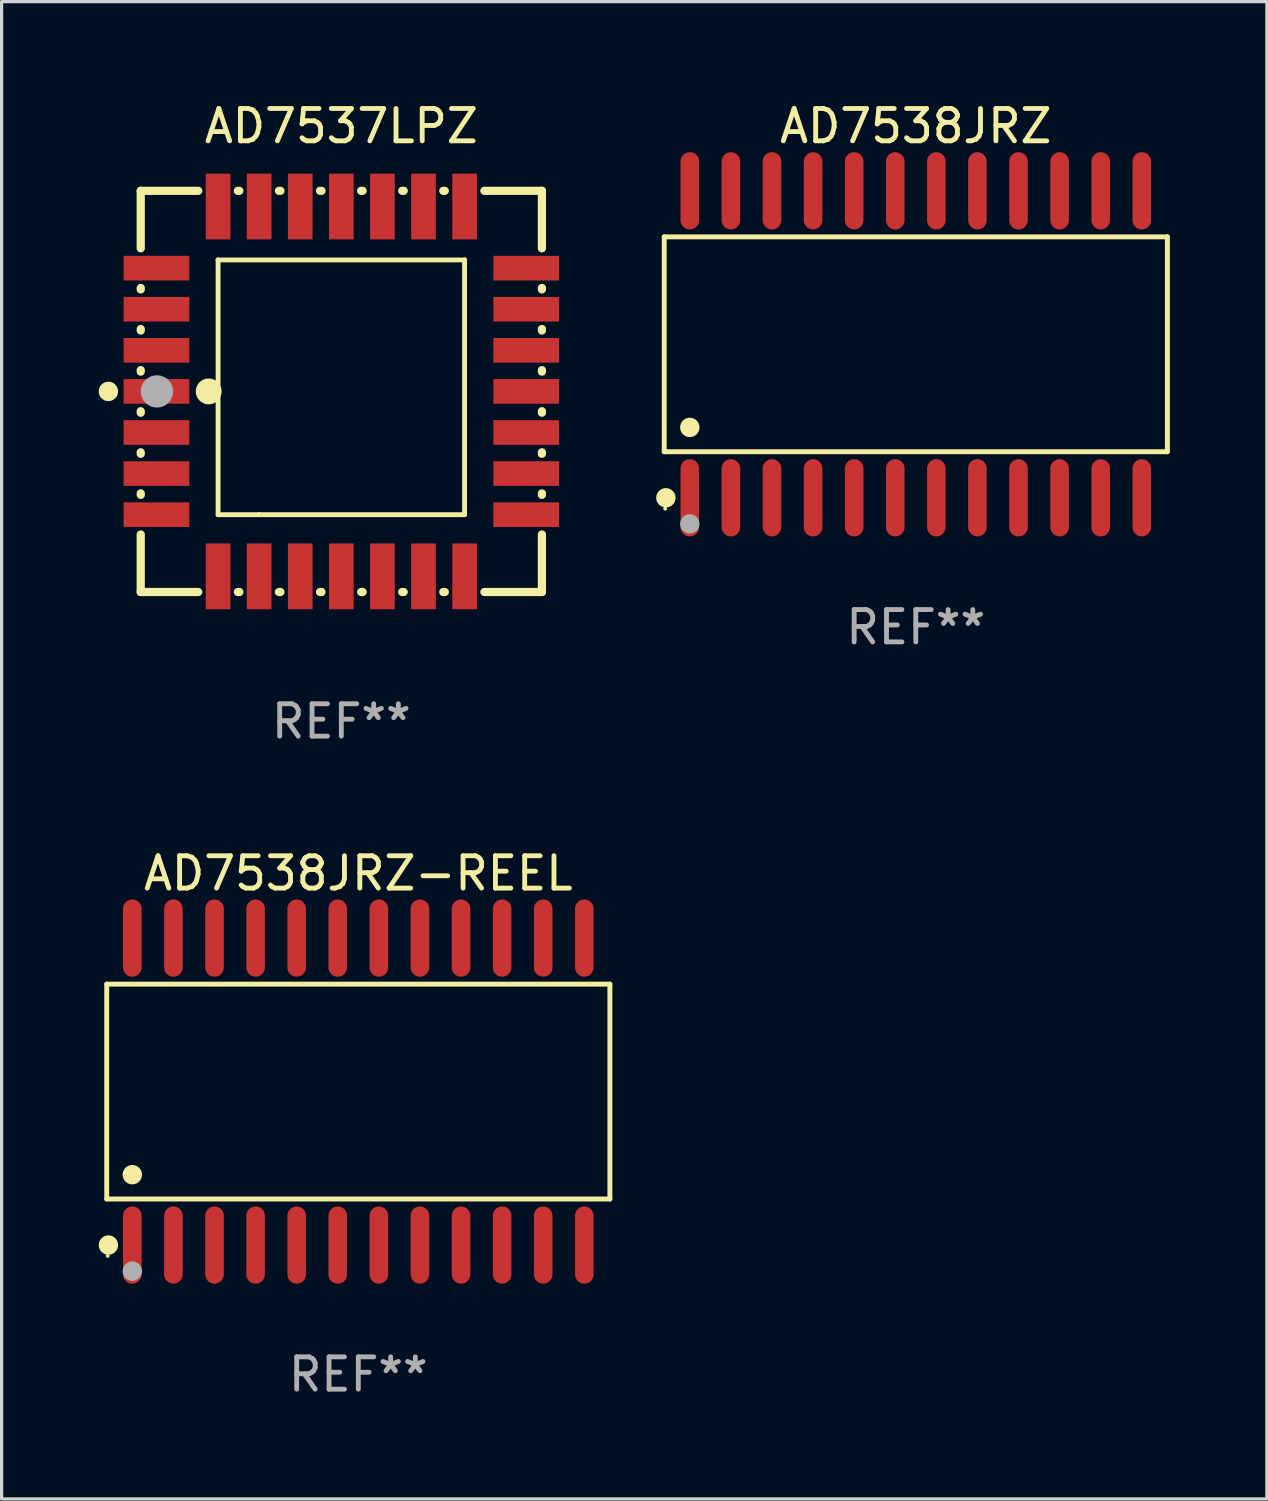
<source format=kicad_pcb>
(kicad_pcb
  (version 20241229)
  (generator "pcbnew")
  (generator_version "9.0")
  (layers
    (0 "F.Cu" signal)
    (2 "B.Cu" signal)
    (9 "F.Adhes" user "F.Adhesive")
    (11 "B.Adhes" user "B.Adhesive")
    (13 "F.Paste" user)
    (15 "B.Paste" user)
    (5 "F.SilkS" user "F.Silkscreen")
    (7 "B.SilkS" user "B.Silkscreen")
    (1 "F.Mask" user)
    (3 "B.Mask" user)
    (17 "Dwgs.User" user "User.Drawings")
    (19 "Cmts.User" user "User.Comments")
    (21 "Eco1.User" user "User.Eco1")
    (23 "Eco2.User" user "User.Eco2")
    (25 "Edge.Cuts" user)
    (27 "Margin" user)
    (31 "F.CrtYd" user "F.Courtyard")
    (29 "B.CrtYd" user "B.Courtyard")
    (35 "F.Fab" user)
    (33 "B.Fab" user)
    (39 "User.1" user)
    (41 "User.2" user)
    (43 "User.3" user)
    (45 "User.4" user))
  (footprint "AD7537LPZ"
    (layer "F.Cu")
    (at 7.5 9.048)
    (property "Reference" "AD7537LPZ" (at 0 -8.2 0) (layer "F.SilkS") (effects (font (size 1 1) (thickness 0.15))))
    (attr through_hole)
    (fp_line (start -6.2 -6.2) (end -4.422 -6.2) (stroke (width 0.254) (type solid)) (layer "F.SilkS"))
    (fp_line (start -6.2 -4.422) (end -6.2 -6.2) (stroke (width 0.254) (type solid)) (layer "F.SilkS"))
    (fp_line (start -6.2 -3.152) (end -6.2 -3.198) (stroke (width 0.254) (type solid)) (layer "F.SilkS"))
    (fp_line (start -6.2 -1.882) (end -6.2 -1.928) (stroke (width 0.254) (type solid)) (layer "F.SilkS"))
    (fp_line (start -6.2 -0.612) (end -6.2 -0.658) (stroke (width 0.254) (type solid)) (layer "F.SilkS"))
    (fp_line (start -6.2 0.658) (end -6.2 0.612) (stroke (width 0.254) (type solid)) (layer "F.SilkS"))
    (fp_line (start -6.2 1.928) (end -6.2 1.882) (stroke (width 0.254) (type solid)) (layer "F.SilkS"))
    (fp_line (start -6.2 3.198) (end -6.2 3.152) (stroke (width 0.254) (type solid)) (layer "F.SilkS"))
    (fp_line (start -6.2 6.2) (end -6.2 4.422) (stroke (width 0.254) (type solid)) (layer "F.SilkS"))
    (fp_line (start -4.422 6.2) (end -6.2 6.2) (stroke (width 0.254) (type solid)) (layer "F.SilkS"))
    (fp_line (start -3.81 -4.064) (end 3.81 -4.064) (stroke (width 0.15) (type solid)) (layer "F.SilkS"))
    (fp_line (start -3.81 3.81) (end -3.81 -4.064) (stroke (width 0.15) (type solid)) (layer "F.SilkS"))
    (fp_line (start -3.198 -6.2) (end -3.152 -6.2) (stroke (width 0.254) (type solid)) (layer "F.SilkS"))
    (fp_line (start -3.152 6.2) (end -3.198 6.2) (stroke (width 0.254) (type solid)) (layer "F.SilkS"))
    (fp_line (start -2.54 3.81) (end -3.81 3.81) (stroke (width 0.15) (type solid)) (layer "F.SilkS"))
    (fp_line (start -1.928 -6.2) (end -1.882 -6.2) (stroke (width 0.254) (type solid)) (layer "F.SilkS"))
    (fp_line (start -1.882 6.2) (end -1.928 6.2) (stroke (width 0.254) (type solid)) (layer "F.SilkS"))
    (fp_line (start -0.658 -6.2) (end -0.612 -6.2) (stroke (width 0.254) (type solid)) (layer "F.SilkS"))
    (fp_line (start -0.612 6.2) (end -0.658 6.2) (stroke (width 0.254) (type solid)) (layer "F.SilkS"))
    (fp_line (start 0.612 -6.2) (end 0.658 -6.2) (stroke (width 0.254) (type solid)) (layer "F.SilkS"))
    (fp_line (start 0.658 6.2) (end 0.612 6.2) (stroke (width 0.254) (type solid)) (layer "F.SilkS"))
    (fp_line (start 1.882 -6.2) (end 1.928 -6.2) (stroke (width 0.254) (type solid)) (layer "F.SilkS"))
    (fp_line (start 1.928 6.2) (end 1.882 6.2) (stroke (width 0.254) (type solid)) (layer "F.SilkS"))
    (fp_line (start 3.152 -6.2) (end 3.198 -6.2) (stroke (width 0.254) (type solid)) (layer "F.SilkS"))
    (fp_line (start 3.198 6.2) (end 3.152 6.2) (stroke (width 0.254) (type solid)) (layer "F.SilkS"))
    (fp_line (start 3.81 -4.064) (end 3.81 3.81) (stroke (width 0.15) (type solid)) (layer "F.SilkS"))
    (fp_line (start 3.81 3.81) (end -2.54 3.81) (stroke (width 0.15) (type solid)) (layer "F.SilkS"))
    (fp_line (start 4.422 -6.2) (end 6.2 -6.2) (stroke (width 0.254) (type solid)) (layer "F.SilkS"))
    (fp_line (start 6.2 -6.2) (end 6.2 -4.422) (stroke (width 0.254) (type solid)) (layer "F.SilkS"))
    (fp_line (start 6.2 -3.198) (end 6.2 -3.152) (stroke (width 0.254) (type solid)) (layer "F.SilkS"))
    (fp_line (start 6.2 -1.928) (end 6.2 -1.882) (stroke (width 0.254) (type solid)) (layer "F.SilkS"))
    (fp_line (start 6.2 -0.658) (end 6.2 -0.612) (stroke (width 0.254) (type solid)) (layer "F.SilkS"))
    (fp_line (start 6.2 0.612) (end 6.2 0.658) (stroke (width 0.254) (type solid)) (layer "F.SilkS"))
    (fp_line (start 6.2 1.882) (end 6.2 1.928) (stroke (width 0.254) (type solid)) (layer "F.SilkS"))
    (fp_line (start 6.2 3.152) (end 6.2 3.198) (stroke (width 0.254) (type solid)) (layer "F.SilkS"))
    (fp_line (start 6.2 4.422) (end 6.2 6.2) (stroke (width 0.254) (type solid)) (layer "F.SilkS"))
    (fp_line (start 6.2 6.2) (end 4.422 6.2) (stroke (width 0.254) (type solid)) (layer "F.SilkS"))
    (fp_circle (center -7.2 0) (end -7.05 0) (stroke (width 0.3) (type solid)) (fill no) (layer "F.SilkS"))
    (fp_circle (center -6.223 6.223) (end -6.193 6.223) (stroke (width 0.06) (type solid)) (fill no) (layer "F.SilkS"))
    (fp_circle (center -4.1 0) (end -3.9 0) (stroke (width 0.4) (type solid)) (fill no) (layer "F.SilkS"))
    (fp_circle (center -5.7 0) (end -5.45 0) (stroke (width 0.5) (type solid)) (fill no) (layer "F.Fab"))
    (fp_text user "REF**" (at 0 10.2 0) (layer "F.Fab") (effects (font (size 1 1) (thickness 0.15))))
    (pad "1" smd rect (at -5.715 0) (size 2.032 0.762) (layers "F.Cu" "F.Mask" "F.Paste"))
    (pad "2" smd rect (at -5.715 1.27) (size 2.032 0.762) (layers "F.Cu" "F.Mask" "F.Paste"))
    (pad "3" smd rect (at -5.715 2.54) (size 2.032 0.762) (layers "F.Cu" "F.Mask" "F.Paste"))
    (pad "4" smd rect (at -5.715 3.81) (size 2.032 0.762) (layers "F.Cu" "F.Mask" "F.Paste"))
    (pad "5" smd rect (at -3.81 5.715) (size 0.762 2.032) (layers "F.Cu" "F.Mask" "F.Paste"))
    (pad "6" smd rect (at -2.54 5.715) (size 0.762 2.032) (layers "F.Cu" "F.Mask" "F.Paste"))
    (pad "7" smd rect (at -1.27 5.715) (size 0.762 2.032) (layers "F.Cu" "F.Mask" "F.Paste"))
    (pad "8" smd rect (at 0 5.715) (size 0.762 2.032) (layers "F.Cu" "F.Mask" "F.Paste"))
    (pad "9" smd rect (at 1.27 5.715) (size 0.762 2.032) (layers "F.Cu" "F.Mask" "F.Paste"))
    (pad "10" smd rect (at 2.54 5.715) (size 0.762 2.032) (layers "F.Cu" "F.Mask" "F.Paste"))
    (pad "11" smd rect (at 3.81 5.715) (size 0.762 2.032) (layers "F.Cu" "F.Mask" "F.Paste"))
    (pad "12" smd rect (at 5.715 3.81) (size 2.032 0.762) (layers "F.Cu" "F.Mask" "F.Paste"))
    (pad "13" smd rect (at 5.715 2.54) (size 2.032 0.762) (layers "F.Cu" "F.Mask" "F.Paste"))
    (pad "14" smd rect (at 5.715 1.27) (size 2.032 0.762) (layers "F.Cu" "F.Mask" "F.Paste"))
    (pad "15" smd rect (at 5.715 0) (size 2.032 0.762) (layers "F.Cu" "F.Mask" "F.Paste"))
    (pad "16" smd rect (at 5.715 -1.27) (size 2.032 0.762) (layers "F.Cu" "F.Mask" "F.Paste"))
    (pad "17" smd rect (at 5.715 -2.54) (size 2.032 0.762) (layers "F.Cu" "F.Mask" "F.Paste"))
    (pad "18" smd rect (at 5.715 -3.81) (size 2.032 0.762) (layers "F.Cu" "F.Mask" "F.Paste"))
    (pad "19" smd rect (at 3.81 -5.715) (size 0.762 2.032) (layers "F.Cu" "F.Mask" "F.Paste"))
    (pad "20" smd rect (at 2.54 -5.715) (size 0.762 2.032) (layers "F.Cu" "F.Mask" "F.Paste"))
    (pad "21" smd rect (at 1.27 -5.715) (size 0.762 2.032) (layers "F.Cu" "F.Mask" "F.Paste"))
    (pad "22" smd rect (at 0 -5.715) (size 0.762 2.032) (layers "F.Cu" "F.Mask" "F.Paste"))
    (pad "23" smd rect (at -1.27 -5.715) (size 0.762 2.032) (layers "F.Cu" "F.Mask" "F.Paste"))
    (pad "24" smd rect (at -2.54 -5.715) (size 0.762 2.032) (layers "F.Cu" "F.Mask" "F.Paste"))
    (pad "25" smd rect (at -3.81 -5.715) (size 0.762 2.032) (layers "F.Cu" "F.Mask" "F.Paste"))
    (pad "26" smd rect (at -5.715 -3.81) (size 2.032 0.762) (layers "F.Cu" "F.Mask" "F.Paste"))
    (pad "27" smd rect (at -5.715 -2.54) (size 2.032 0.762) (layers "F.Cu" "F.Mask" "F.Paste"))
    (pad "28" smd rect (at -5.715 -1.27) (size 2.032 0.762) (layers "F.Cu" "F.Mask" "F.Paste")))
  (footprint "AD7538JRZ"
    (layer "F.Cu")
    (at 25.256 7.592)
    (property "Reference" "AD7538JRZ" (at 0 -6.744 0) (layer "F.SilkS") (effects (font (size 1 1) (thickness 0.15))))
    (attr through_hole)
    (fp_line (start -7.776 -3.321) (end 7.776 -3.321) (stroke (width 0.152) (type solid)) (layer "F.SilkS"))
    (fp_line (start -7.776 3.321) (end -7.776 -3.321) (stroke (width 0.152) (type solid)) (layer "F.SilkS"))
    (fp_line (start 7.776 -3.321) (end 7.776 3.321) (stroke (width 0.152) (type solid)) (layer "F.SilkS"))
    (fp_line (start 7.776 3.321) (end -7.776 3.321) (stroke (width 0.152) (type solid)) (layer "F.SilkS"))
    (fp_circle (center -7.747 5.08) (end -7.717 5.08) (stroke (width 0.06) (type solid)) (fill no) (layer "F.SilkS"))
    (fp_circle (center -7.724 4.744) (end -7.574 4.744) (stroke (width 0.3) (type solid)) (fill no) (layer "F.SilkS"))
    (fp_circle (center -6.985 2.569) (end -6.835 2.569) (stroke (width 0.3) (type solid)) (fill no) (layer "F.SilkS"))
    (fp_circle (center -6.985 5.55) (end -6.835 5.55) (stroke (width 0.3) (type solid)) (fill no) (layer "F.Fab"))
    (fp_text user "REF**" (at 0 8.744 0) (layer "F.Fab") (effects (font (size 1 1) (thickness 0.15))))
    (pad "1" smd oval (at -6.985 4.744) (size 0.574 2.388) (layers "F.Cu" "F.Mask" "F.Paste"))
    (pad "2" smd oval (at -5.715 4.744) (size 0.574 2.388) (layers "F.Cu" "F.Mask" "F.Paste"))
    (pad "3" smd oval (at -4.445 4.744) (size 0.574 2.388) (layers "F.Cu" "F.Mask" "F.Paste"))
    (pad "4" smd oval (at -3.175 4.744) (size 0.574 2.388) (layers "F.Cu" "F.Mask" "F.Paste"))
    (pad "5" smd oval (at -1.905 4.744) (size 0.574 2.388) (layers "F.Cu" "F.Mask" "F.Paste"))
    (pad "6" smd oval (at -0.635 4.744) (size 0.574 2.388) (layers "F.Cu" "F.Mask" "F.Paste"))
    (pad "7" smd oval (at 0.635 4.744) (size 0.574 2.388) (layers "F.Cu" "F.Mask" "F.Paste"))
    (pad "8" smd oval (at 1.905 4.744) (size 0.574 2.388) (layers "F.Cu" "F.Mask" "F.Paste"))
    (pad "9" smd oval (at 3.175 4.744) (size 0.574 2.388) (layers "F.Cu" "F.Mask" "F.Paste"))
    (pad "10" smd oval (at 4.445 4.744) (size 0.574 2.388) (layers "F.Cu" "F.Mask" "F.Paste"))
    (pad "11" smd oval (at 5.715 4.744) (size 0.574 2.388) (layers "F.Cu" "F.Mask" "F.Paste"))
    (pad "12" smd oval (at 6.985 4.744) (size 0.574 2.388) (layers "F.Cu" "F.Mask" "F.Paste"))
    (pad "13" smd oval (at 6.985 -4.744) (size 0.574 2.388) (layers "F.Cu" "F.Mask" "F.Paste"))
    (pad "14" smd oval (at 5.715 -4.744) (size 0.574 2.388) (layers "F.Cu" "F.Mask" "F.Paste"))
    (pad "15" smd oval (at 4.445 -4.744) (size 0.574 2.388) (layers "F.Cu" "F.Mask" "F.Paste"))
    (pad "16" smd oval (at 3.175 -4.744) (size 0.574 2.388) (layers "F.Cu" "F.Mask" "F.Paste"))
    (pad "17" smd oval (at 1.905 -4.744) (size 0.574 2.388) (layers "F.Cu" "F.Mask" "F.Paste"))
    (pad "18" smd oval (at 0.635 -4.744) (size 0.574 2.388) (layers "F.Cu" "F.Mask" "F.Paste"))
    (pad "19" smd oval (at -0.635 -4.744) (size 0.574 2.388) (layers "F.Cu" "F.Mask" "F.Paste"))
    (pad "20" smd oval (at -1.905 -4.744) (size 0.574 2.388) (layers "F.Cu" "F.Mask" "F.Paste"))
    (pad "21" smd oval (at -3.175 -4.744) (size 0.574 2.388) (layers "F.Cu" "F.Mask" "F.Paste"))
    (pad "22" smd oval (at -4.445 -4.744) (size 0.574 2.388) (layers "F.Cu" "F.Mask" "F.Paste"))
    (pad "23" smd oval (at -5.715 -4.744) (size 0.574 2.388) (layers "F.Cu" "F.Mask" "F.Paste"))
    (pad "24" smd oval (at -6.985 -4.744) (size 0.574 2.388) (layers "F.Cu" "F.Mask" "F.Paste")))
  (footprint "AD7538JRZ-REEL"
    (layer "F.Cu")
    (at 8.025 30.689)
    (property "Reference" "AD7538JRZ-REEL" (at 0 -6.744 0) (layer "F.SilkS") (effects (font (size 1 1) (thickness 0.15))))
    (attr through_hole)
    (fp_line (start -7.776 -3.321) (end 7.776 -3.321) (stroke (width 0.152) (type solid)) (layer "F.SilkS"))
    (fp_line (start -7.776 3.321) (end -7.776 -3.321) (stroke (width 0.152) (type solid)) (layer "F.SilkS"))
    (fp_line (start 7.776 -3.321) (end 7.776 3.321) (stroke (width 0.152) (type solid)) (layer "F.SilkS"))
    (fp_line (start 7.776 3.321) (end -7.776 3.321) (stroke (width 0.152) (type solid)) (layer "F.SilkS"))
    (fp_circle (center -7.747 5.08) (end -7.717 5.08) (stroke (width 0.06) (type solid)) (fill no) (layer "F.SilkS"))
    (fp_circle (center -7.724 4.744) (end -7.574 4.744) (stroke (width 0.3) (type solid)) (fill no) (layer "F.SilkS"))
    (fp_circle (center -6.985 2.569) (end -6.835 2.569) (stroke (width 0.3) (type solid)) (fill no) (layer "F.SilkS"))
    (fp_circle (center -6.985 5.55) (end -6.835 5.55) (stroke (width 0.3) (type solid)) (fill no) (layer "F.Fab"))
    (fp_text user "REF**" (at 0 8.744 0) (layer "F.Fab") (effects (font (size 1 1) (thickness 0.15))))
    (pad "1" smd oval (at -6.985 4.744) (size 0.574 2.388) (layers "F.Cu" "F.Mask" "F.Paste"))
    (pad "2" smd oval (at -5.715 4.744) (size 0.574 2.388) (layers "F.Cu" "F.Mask" "F.Paste"))
    (pad "3" smd oval (at -4.445 4.744) (size 0.574 2.388) (layers "F.Cu" "F.Mask" "F.Paste"))
    (pad "4" smd oval (at -3.175 4.744) (size 0.574 2.388) (layers "F.Cu" "F.Mask" "F.Paste"))
    (pad "5" smd oval (at -1.905 4.744) (size 0.574 2.388) (layers "F.Cu" "F.Mask" "F.Paste"))
    (pad "6" smd oval (at -0.635 4.744) (size 0.574 2.388) (layers "F.Cu" "F.Mask" "F.Paste"))
    (pad "7" smd oval (at 0.635 4.744) (size 0.574 2.388) (layers "F.Cu" "F.Mask" "F.Paste"))
    (pad "8" smd oval (at 1.905 4.744) (size 0.574 2.388) (layers "F.Cu" "F.Mask" "F.Paste"))
    (pad "9" smd oval (at 3.175 4.744) (size 0.574 2.388) (layers "F.Cu" "F.Mask" "F.Paste"))
    (pad "10" smd oval (at 4.445 4.744) (size 0.574 2.388) (layers "F.Cu" "F.Mask" "F.Paste"))
    (pad "11" smd oval (at 5.715 4.744) (size 0.574 2.388) (layers "F.Cu" "F.Mask" "F.Paste"))
    (pad "12" smd oval (at 6.985 4.744) (size 0.574 2.388) (layers "F.Cu" "F.Mask" "F.Paste"))
    (pad "13" smd oval (at 6.985 -4.744) (size 0.574 2.388) (layers "F.Cu" "F.Mask" "F.Paste"))
    (pad "14" smd oval (at 5.715 -4.744) (size 0.574 2.388) (layers "F.Cu" "F.Mask" "F.Paste"))
    (pad "15" smd oval (at 4.445 -4.744) (size 0.574 2.388) (layers "F.Cu" "F.Mask" "F.Paste"))
    (pad "16" smd oval (at 3.175 -4.744) (size 0.574 2.388) (layers "F.Cu" "F.Mask" "F.Paste"))
    (pad "17" smd oval (at 1.905 -4.744) (size 0.574 2.388) (layers "F.Cu" "F.Mask" "F.Paste"))
    (pad "18" smd oval (at 0.635 -4.744) (size 0.574 2.388) (layers "F.Cu" "F.Mask" "F.Paste"))
    (pad "19" smd oval (at -0.635 -4.744) (size 0.574 2.388) (layers "F.Cu" "F.Mask" "F.Paste"))
    (pad "20" smd oval (at -1.905 -4.744) (size 0.574 2.388) (layers "F.Cu" "F.Mask" "F.Paste"))
    (pad "21" smd oval (at -3.175 -4.744) (size 0.574 2.388) (layers "F.Cu" "F.Mask" "F.Paste"))
    (pad "22" smd oval (at -4.445 -4.744) (size 0.574 2.388) (layers "F.Cu" "F.Mask" "F.Paste"))
    (pad "23" smd oval (at -5.715 -4.744) (size 0.574 2.388) (layers "F.Cu" "F.Mask" "F.Paste"))
    (pad "24" smd oval (at -6.985 -4.744) (size 0.574 2.388) (layers "F.Cu" "F.Mask" "F.Paste")))
  (gr_rect
    (start -3 -3)
    (end 36.108 43.281)
    (stroke (width 0.1) (type default))
    (fill no)
    (layer "Edge.Cuts")))
</source>
